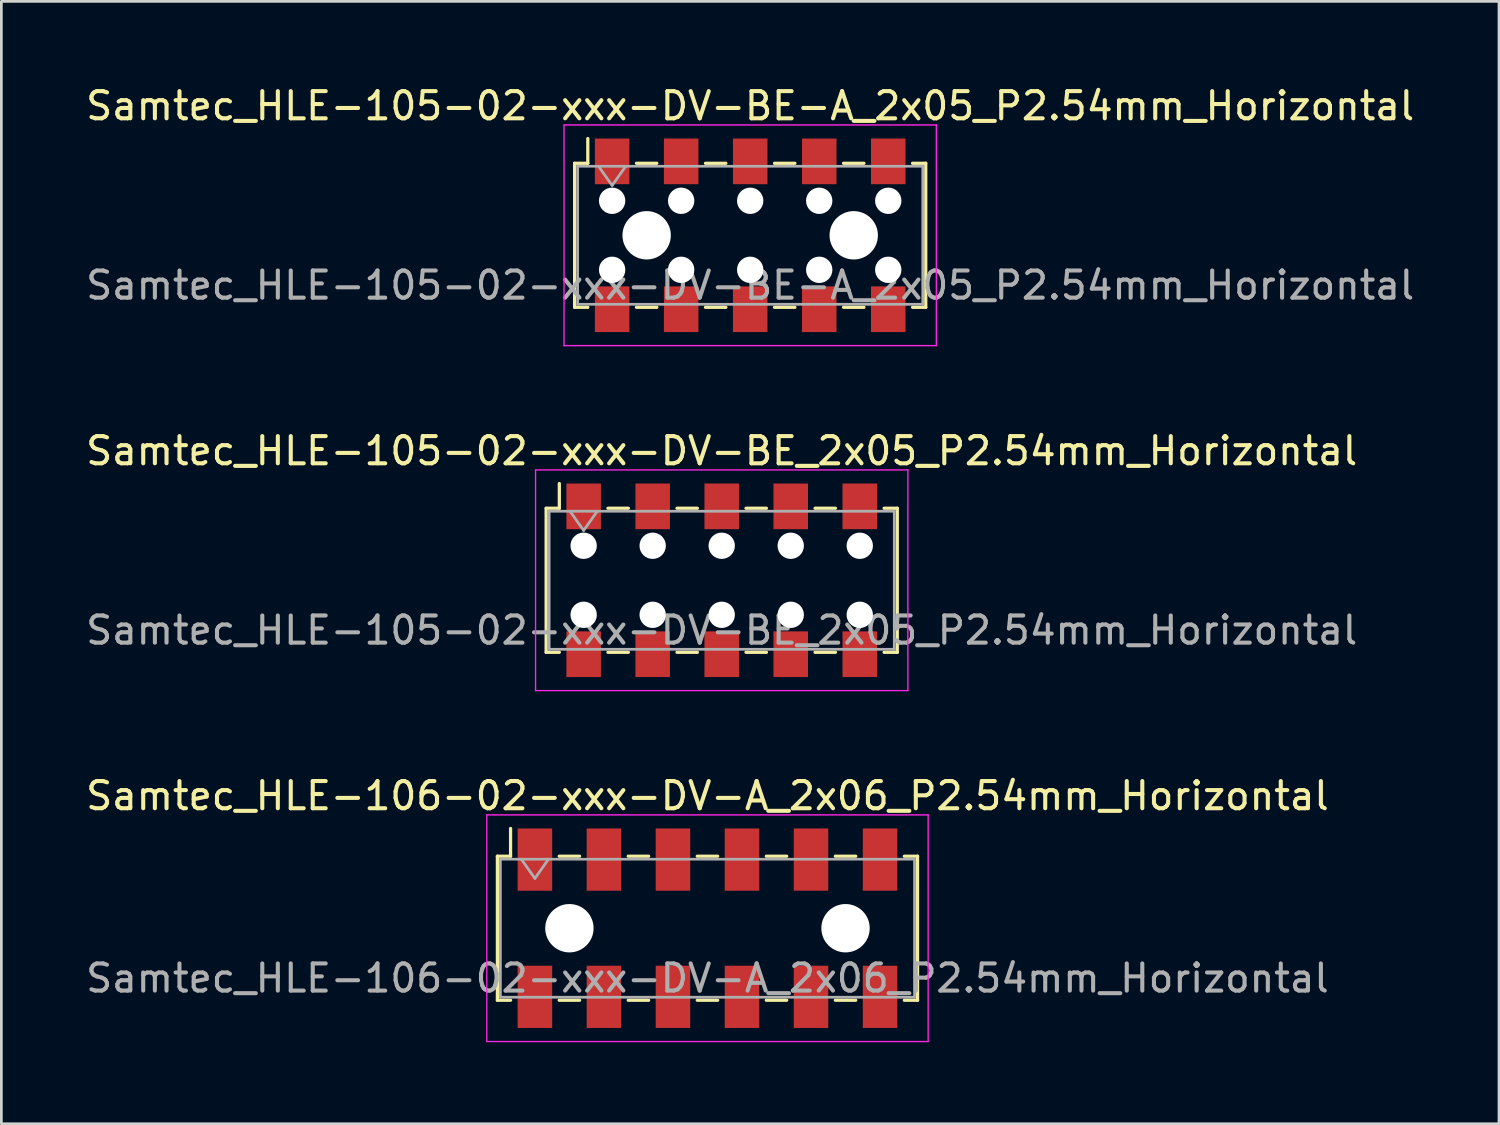
<source format=kicad_pcb>
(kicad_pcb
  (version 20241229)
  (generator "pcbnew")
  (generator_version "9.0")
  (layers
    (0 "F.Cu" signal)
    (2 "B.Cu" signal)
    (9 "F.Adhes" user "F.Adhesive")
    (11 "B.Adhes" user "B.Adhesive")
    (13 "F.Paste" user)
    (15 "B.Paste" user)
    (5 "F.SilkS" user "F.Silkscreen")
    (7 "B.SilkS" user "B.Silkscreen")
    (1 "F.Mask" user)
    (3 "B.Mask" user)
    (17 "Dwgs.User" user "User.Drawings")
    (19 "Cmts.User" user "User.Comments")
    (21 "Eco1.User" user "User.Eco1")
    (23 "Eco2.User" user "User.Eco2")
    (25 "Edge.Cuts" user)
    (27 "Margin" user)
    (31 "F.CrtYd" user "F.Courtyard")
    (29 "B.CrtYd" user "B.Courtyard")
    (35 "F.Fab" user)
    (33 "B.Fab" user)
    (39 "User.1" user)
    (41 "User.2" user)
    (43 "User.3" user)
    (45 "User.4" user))
  (footprint "Samtec_HLE-106-02-xxx-DV-A_2x06_P2.54mm_Horizontal"
    (layer "F.Cu")
    (at 22.982 31.105)
    (property "Reference" "Samtec_HLE-106-02-xxx-DV-A_2x06_P2.54mm_Horizontal" (at 0 -4.87 0) (layer "F.SilkS") (effects (font (size 1 1) (thickness 0.15))))
    (attr smd)
    (fp_line (start -7.73 -2.65) (end -7.73 2.65) (stroke (width 0.12) (type solid)) (layer "F.SilkS"))
    (fp_line (start -7.73 2.65) (end -7.245 2.65) (stroke (width 0.12) (type solid)) (layer "F.SilkS"))
    (fp_line (start -7.245 -3.67) (end -7.245 -2.65) (stroke (width 0.12) (type solid)) (layer "F.SilkS"))
    (fp_line (start -7.245 -2.65) (end -7.73 -2.65) (stroke (width 0.12) (type solid)) (layer "F.SilkS"))
    (fp_line (start -5.455 -2.65) (end -4.705 -2.65) (stroke (width 0.12) (type solid)) (layer "F.SilkS"))
    (fp_line (start -5.455 2.65) (end -4.705 2.65) (stroke (width 0.12) (type solid)) (layer "F.SilkS"))
    (fp_line (start -2.915 -2.65) (end -2.165 -2.65) (stroke (width 0.12) (type solid)) (layer "F.SilkS"))
    (fp_line (start -2.915 2.65) (end -2.165 2.65) (stroke (width 0.12) (type solid)) (layer "F.SilkS"))
    (fp_line (start -0.375 -2.65) (end 0.375 -2.65) (stroke (width 0.12) (type solid)) (layer "F.SilkS"))
    (fp_line (start -0.375 2.65) (end 0.375 2.65) (stroke (width 0.12) (type solid)) (layer "F.SilkS"))
    (fp_line (start 2.165 -2.65) (end 2.915 -2.65) (stroke (width 0.12) (type solid)) (layer "F.SilkS"))
    (fp_line (start 2.165 2.65) (end 2.915 2.65) (stroke (width 0.12) (type solid)) (layer "F.SilkS"))
    (fp_line (start 4.705 -2.65) (end 5.455 -2.65) (stroke (width 0.12) (type solid)) (layer "F.SilkS"))
    (fp_line (start 4.705 2.65) (end 5.455 2.65) (stroke (width 0.12) (type solid)) (layer "F.SilkS"))
    (fp_line (start 7.245 -2.65) (end 7.73 -2.65) (stroke (width 0.12) (type solid)) (layer "F.SilkS"))
    (fp_line (start 7.73 -2.65) (end 7.73 2.65) (stroke (width 0.12) (type solid)) (layer "F.SilkS"))
    (fp_line (start 7.73 2.65) (end 7.245 2.65) (stroke (width 0.12) (type solid)) (layer "F.SilkS"))
    (fp_line (start -8.12 -4.17) (end 8.12 -4.17) (stroke (width 0.05) (type solid)) (layer "F.CrtYd"))
    (fp_line (start -8.12 4.17) (end -8.12 -4.17) (stroke (width 0.05) (type solid)) (layer "F.CrtYd"))
    (fp_line (start 8.12 -4.17) (end 8.12 4.17) (stroke (width 0.05) (type solid)) (layer "F.CrtYd"))
    (fp_line (start 8.12 4.17) (end -8.12 4.17) (stroke (width 0.05) (type solid)) (layer "F.CrtYd"))
    (fp_line (start -7.62 -2.54) (end 7.62 -2.54) (stroke (width 0.1) (type solid)) (layer "F.Fab"))
    (fp_line (start -7.62 2.54) (end -7.62 -2.54) (stroke (width 0.1) (type solid)) (layer "F.Fab"))
    (fp_line (start -6.85 -2.54) (end -6.35 -1.833) (stroke (width 0.1) (type solid)) (layer "F.Fab"))
    (fp_line (start -6.35 -1.833) (end -5.85 -2.54) (stroke (width 0.1) (type solid)) (layer "F.Fab"))
    (fp_line (start 7.62 -2.54) (end 7.62 2.54) (stroke (width 0.1) (type solid)) (layer "F.Fab"))
    (fp_line (start 7.62 2.54) (end -7.62 2.54) (stroke (width 0.1) (type solid)) (layer "F.Fab"))
    (fp_text user "${REFERENCE}" (at 0 1.84 0) (layer "F.Fab") (effects (font (size 1 1) (thickness 0.15))))
    (pad "" np_thru_hole circle (at -5.08 0) (size 1.78 1.78) (drill 1.78) (layers "*.Cu" "*.Mask"))
    (pad "" np_thru_hole circle (at 5.08 0) (size 1.78 1.78) (drill 1.78) (layers "*.Cu" "*.Mask"))
    (pad "1" smd rect (at -6.35 -2.525) (size 1.27 2.29) (layers "F.Cu" "F.Mask" "F.Paste"))
    (pad "2" smd rect (at -6.35 2.525) (size 1.27 2.29) (layers "F.Cu" "F.Mask" "F.Paste"))
    (pad "3" smd rect (at -3.81 -2.525) (size 1.27 2.29) (layers "F.Cu" "F.Mask" "F.Paste"))
    (pad "4" smd rect (at -3.81 2.525) (size 1.27 2.29) (layers "F.Cu" "F.Mask" "F.Paste"))
    (pad "5" smd rect (at -1.27 -2.525) (size 1.27 2.29) (layers "F.Cu" "F.Mask" "F.Paste"))
    (pad "6" smd rect (at -1.27 2.525) (size 1.27 2.29) (layers "F.Cu" "F.Mask" "F.Paste"))
    (pad "7" smd rect (at 1.27 -2.525) (size 1.27 2.29) (layers "F.Cu" "F.Mask" "F.Paste"))
    (pad "8" smd rect (at 1.27 2.525) (size 1.27 2.29) (layers "F.Cu" "F.Mask" "F.Paste"))
    (pad "9" smd rect (at 3.81 -2.525) (size 1.27 2.29) (layers "F.Cu" "F.Mask" "F.Paste"))
    (pad "10" smd rect (at 3.81 2.525) (size 1.27 2.29) (layers "F.Cu" "F.Mask" "F.Paste"))
    (pad "11" smd rect (at 6.35 -2.525) (size 1.27 2.29) (layers "F.Cu" "F.Mask" "F.Paste"))
    (pad "12" smd rect (at 6.35 2.525) (size 1.27 2.29) (layers "F.Cu" "F.Mask" "F.Paste")))
  (footprint "Samtec_HLE-105-02-xxx-DV-BE-A_2x05_P2.54mm_Horizontal"
    (layer "F.Cu")
    (at 24.554 5.608)
    (property "Reference" "Samtec_HLE-105-02-xxx-DV-BE-A_2x05_P2.54mm_Horizontal" (at 0 -4.76 0) (layer "F.SilkS") (effects (font (size 1 1) (thickness 0.15))))
    (attr smd)
    (fp_line (start -6.46 -2.65) (end -6.46 2.65) (stroke (width 0.12) (type solid)) (layer "F.SilkS"))
    (fp_line (start -6.46 2.65) (end -5.975 2.65) (stroke (width 0.12) (type solid)) (layer "F.SilkS"))
    (fp_line (start -5.975 -3.56) (end -5.975 -2.65) (stroke (width 0.12) (type solid)) (layer "F.SilkS"))
    (fp_line (start -5.975 -2.65) (end -6.46 -2.65) (stroke (width 0.12) (type solid)) (layer "F.SilkS"))
    (fp_line (start -4.185 -2.65) (end -3.435 -2.65) (stroke (width 0.12) (type solid)) (layer "F.SilkS"))
    (fp_line (start -4.185 2.65) (end -3.435 2.65) (stroke (width 0.12) (type solid)) (layer "F.SilkS"))
    (fp_line (start -1.645 -2.65) (end -0.895 -2.65) (stroke (width 0.12) (type solid)) (layer "F.SilkS"))
    (fp_line (start -1.645 2.65) (end -0.895 2.65) (stroke (width 0.12) (type solid)) (layer "F.SilkS"))
    (fp_line (start 0.895 -2.65) (end 1.645 -2.65) (stroke (width 0.12) (type solid)) (layer "F.SilkS"))
    (fp_line (start 0.895 2.65) (end 1.645 2.65) (stroke (width 0.12) (type solid)) (layer "F.SilkS"))
    (fp_line (start 3.435 -2.65) (end 4.185 -2.65) (stroke (width 0.12) (type solid)) (layer "F.SilkS"))
    (fp_line (start 3.435 2.65) (end 4.185 2.65) (stroke (width 0.12) (type solid)) (layer "F.SilkS"))
    (fp_line (start 5.975 -2.65) (end 6.46 -2.65) (stroke (width 0.12) (type solid)) (layer "F.SilkS"))
    (fp_line (start 6.46 -2.65) (end 6.46 2.65) (stroke (width 0.12) (type solid)) (layer "F.SilkS"))
    (fp_line (start 6.46 2.65) (end 5.975 2.65) (stroke (width 0.12) (type solid)) (layer "F.SilkS"))
    (fp_line (start -6.85 -4.06) (end 6.85 -4.06) (stroke (width 0.05) (type solid)) (layer "F.CrtYd"))
    (fp_line (start -6.85 4.06) (end -6.85 -4.06) (stroke (width 0.05) (type solid)) (layer "F.CrtYd"))
    (fp_line (start 6.85 -4.06) (end 6.85 4.06) (stroke (width 0.05) (type solid)) (layer "F.CrtYd"))
    (fp_line (start 6.85 4.06) (end -6.85 4.06) (stroke (width 0.05) (type solid)) (layer "F.CrtYd"))
    (fp_line (start -6.35 -2.54) (end 6.35 -2.54) (stroke (width 0.1) (type solid)) (layer "F.Fab"))
    (fp_line (start -6.35 2.54) (end -6.35 -2.54) (stroke (width 0.1) (type solid)) (layer "F.Fab"))
    (fp_line (start -5.58 -2.54) (end -5.08 -1.833) (stroke (width 0.1) (type solid)) (layer "F.Fab"))
    (fp_line (start -5.08 -1.833) (end -4.58 -2.54) (stroke (width 0.1) (type solid)) (layer "F.Fab"))
    (fp_line (start 6.35 -2.54) (end 6.35 2.54) (stroke (width 0.1) (type solid)) (layer "F.Fab"))
    (fp_line (start 6.35 2.54) (end -6.35 2.54) (stroke (width 0.1) (type solid)) (layer "F.Fab"))
    (fp_text user "${REFERENCE}" (at 0 1.84 0) (layer "F.Fab") (effects (font (size 1 1) (thickness 0.15))))
    (pad "" np_thru_hole circle (at -5.08 -1.27) (size 0.97 0.97) (drill 0.97) (layers "*.Cu" "*.Mask"))
    (pad "" np_thru_hole circle (at -5.08 1.27) (size 0.97 0.97) (drill 0.97) (layers "*.Cu" "*.Mask"))
    (pad "" np_thru_hole circle (at -3.81 0) (size 1.78 1.78) (drill 1.78) (layers "*.Cu" "*.Mask"))
    (pad "" np_thru_hole circle (at -2.54 -1.27) (size 0.97 0.97) (drill 0.97) (layers "*.Cu" "*.Mask"))
    (pad "" np_thru_hole circle (at -2.54 1.27) (size 0.97 0.97) (drill 0.97) (layers "*.Cu" "*.Mask"))
    (pad "" np_thru_hole circle (at 0 -1.27) (size 0.97 0.97) (drill 0.97) (layers "*.Cu" "*.Mask"))
    (pad "" np_thru_hole circle (at 0 1.27) (size 0.97 0.97) (drill 0.97) (layers "*.Cu" "*.Mask"))
    (pad "" np_thru_hole circle (at 2.54 -1.27) (size 0.97 0.97) (drill 0.97) (layers "*.Cu" "*.Mask"))
    (pad "" np_thru_hole circle (at 2.54 1.27) (size 0.97 0.97) (drill 0.97) (layers "*.Cu" "*.Mask"))
    (pad "" np_thru_hole circle (at 3.81 0) (size 1.78 1.78) (drill 1.78) (layers "*.Cu" "*.Mask"))
    (pad "" np_thru_hole circle (at 5.08 -1.27) (size 0.97 0.97) (drill 0.97) (layers "*.Cu" "*.Mask"))
    (pad "" np_thru_hole circle (at 5.08 1.27) (size 0.97 0.97) (drill 0.97) (layers "*.Cu" "*.Mask"))
    (pad "1" smd rect (at -5.08 -2.72) (size 1.27 1.68) (layers "F.Cu" "F.Mask" "F.Paste"))
    (pad "2" smd rect (at -5.08 2.72) (size 1.27 1.68) (layers "F.Cu" "F.Mask" "F.Paste"))
    (pad "3" smd rect (at -2.54 -2.72) (size 1.27 1.68) (layers "F.Cu" "F.Mask" "F.Paste"))
    (pad "4" smd rect (at -2.54 2.72) (size 1.27 1.68) (layers "F.Cu" "F.Mask" "F.Paste"))
    (pad "5" smd rect (at 0 -2.72) (size 1.27 1.68) (layers "F.Cu" "F.Mask" "F.Paste"))
    (pad "6" smd rect (at 0 2.72) (size 1.27 1.68) (layers "F.Cu" "F.Mask" "F.Paste"))
    (pad "7" smd rect (at 2.54 -2.72) (size 1.27 1.68) (layers "F.Cu" "F.Mask" "F.Paste"))
    (pad "8" smd rect (at 2.54 2.72) (size 1.27 1.68) (layers "F.Cu" "F.Mask" "F.Paste"))
    (pad "9" smd rect (at 5.08 -2.72) (size 1.27 1.68) (layers "F.Cu" "F.Mask" "F.Paste"))
    (pad "10" smd rect (at 5.08 2.72) (size 1.27 1.68) (layers "F.Cu" "F.Mask" "F.Paste")))
  (footprint "Samtec_HLE-105-02-xxx-DV-BE_2x05_P2.54mm_Horizontal"
    (layer "F.Cu")
    (at 23.506 18.302)
    (property "Reference" "Samtec_HLE-105-02-xxx-DV-BE_2x05_P2.54mm_Horizontal" (at 0 -4.76 0) (layer "F.SilkS") (effects (font (size 1 1) (thickness 0.15))))
    (attr smd)
    (fp_line (start -6.46 -2.65) (end -6.46 2.65) (stroke (width 0.12) (type solid)) (layer "F.SilkS"))
    (fp_line (start -6.46 2.65) (end -5.975 2.65) (stroke (width 0.12) (type solid)) (layer "F.SilkS"))
    (fp_line (start -5.975 -3.56) (end -5.975 -2.65) (stroke (width 0.12) (type solid)) (layer "F.SilkS"))
    (fp_line (start -5.975 -2.65) (end -6.46 -2.65) (stroke (width 0.12) (type solid)) (layer "F.SilkS"))
    (fp_line (start -4.185 -2.65) (end -3.435 -2.65) (stroke (width 0.12) (type solid)) (layer "F.SilkS"))
    (fp_line (start -4.185 2.65) (end -3.435 2.65) (stroke (width 0.12) (type solid)) (layer "F.SilkS"))
    (fp_line (start -1.645 -2.65) (end -0.895 -2.65) (stroke (width 0.12) (type solid)) (layer "F.SilkS"))
    (fp_line (start -1.645 2.65) (end -0.895 2.65) (stroke (width 0.12) (type solid)) (layer "F.SilkS"))
    (fp_line (start 0.895 -2.65) (end 1.645 -2.65) (stroke (width 0.12) (type solid)) (layer "F.SilkS"))
    (fp_line (start 0.895 2.65) (end 1.645 2.65) (stroke (width 0.12) (type solid)) (layer "F.SilkS"))
    (fp_line (start 3.435 -2.65) (end 4.185 -2.65) (stroke (width 0.12) (type solid)) (layer "F.SilkS"))
    (fp_line (start 3.435 2.65) (end 4.185 2.65) (stroke (width 0.12) (type solid)) (layer "F.SilkS"))
    (fp_line (start 5.975 -2.65) (end 6.46 -2.65) (stroke (width 0.12) (type solid)) (layer "F.SilkS"))
    (fp_line (start 6.46 -2.65) (end 6.46 2.65) (stroke (width 0.12) (type solid)) (layer "F.SilkS"))
    (fp_line (start 6.46 2.65) (end 5.975 2.65) (stroke (width 0.12) (type solid)) (layer "F.SilkS"))
    (fp_line (start -6.85 -4.06) (end 6.85 -4.06) (stroke (width 0.05) (type solid)) (layer "F.CrtYd"))
    (fp_line (start -6.85 4.06) (end -6.85 -4.06) (stroke (width 0.05) (type solid)) (layer "F.CrtYd"))
    (fp_line (start 6.85 -4.06) (end 6.85 4.06) (stroke (width 0.05) (type solid)) (layer "F.CrtYd"))
    (fp_line (start 6.85 4.06) (end -6.85 4.06) (stroke (width 0.05) (type solid)) (layer "F.CrtYd"))
    (fp_line (start -6.35 -2.54) (end 6.35 -2.54) (stroke (width 0.1) (type solid)) (layer "F.Fab"))
    (fp_line (start -6.35 2.54) (end -6.35 -2.54) (stroke (width 0.1) (type solid)) (layer "F.Fab"))
    (fp_line (start -5.58 -2.54) (end -5.08 -1.833) (stroke (width 0.1) (type solid)) (layer "F.Fab"))
    (fp_line (start -5.08 -1.833) (end -4.58 -2.54) (stroke (width 0.1) (type solid)) (layer "F.Fab"))
    (fp_line (start 6.35 -2.54) (end 6.35 2.54) (stroke (width 0.1) (type solid)) (layer "F.Fab"))
    (fp_line (start 6.35 2.54) (end -6.35 2.54) (stroke (width 0.1) (type solid)) (layer "F.Fab"))
    (fp_text user "${REFERENCE}" (at 0 1.84 0) (layer "F.Fab") (effects (font (size 1 1) (thickness 0.15))))
    (pad "" np_thru_hole circle (at -5.08 -1.27) (size 0.97 0.97) (drill 0.97) (layers "*.Cu" "*.Mask"))
    (pad "" np_thru_hole circle (at -5.08 1.27) (size 0.97 0.97) (drill 0.97) (layers "*.Cu" "*.Mask"))
    (pad "" np_thru_hole circle (at -2.54 -1.27) (size 0.97 0.97) (drill 0.97) (layers "*.Cu" "*.Mask"))
    (pad "" np_thru_hole circle (at -2.54 1.27) (size 0.97 0.97) (drill 0.97) (layers "*.Cu" "*.Mask"))
    (pad "" np_thru_hole circle (at 0 -1.27) (size 0.97 0.97) (drill 0.97) (layers "*.Cu" "*.Mask"))
    (pad "" np_thru_hole circle (at 0 1.27) (size 0.97 0.97) (drill 0.97) (layers "*.Cu" "*.Mask"))
    (pad "" np_thru_hole circle (at 2.54 -1.27) (size 0.97 0.97) (drill 0.97) (layers "*.Cu" "*.Mask"))
    (pad "" np_thru_hole circle (at 2.54 1.27) (size 0.97 0.97) (drill 0.97) (layers "*.Cu" "*.Mask"))
    (pad "" np_thru_hole circle (at 5.08 -1.27) (size 0.97 0.97) (drill 0.97) (layers "*.Cu" "*.Mask"))
    (pad "" np_thru_hole circle (at 5.08 1.27) (size 0.97 0.97) (drill 0.97) (layers "*.Cu" "*.Mask"))
    (pad "1" smd rect (at -5.08 -2.72) (size 1.27 1.68) (layers "F.Cu" "F.Mask" "F.Paste"))
    (pad "2" smd rect (at -5.08 2.72) (size 1.27 1.68) (layers "F.Cu" "F.Mask" "F.Paste"))
    (pad "3" smd rect (at -2.54 -2.72) (size 1.27 1.68) (layers "F.Cu" "F.Mask" "F.Paste"))
    (pad "4" smd rect (at -2.54 2.72) (size 1.27 1.68) (layers "F.Cu" "F.Mask" "F.Paste"))
    (pad "5" smd rect (at 0 -2.72) (size 1.27 1.68) (layers "F.Cu" "F.Mask" "F.Paste"))
    (pad "6" smd rect (at 0 2.72) (size 1.27 1.68) (layers "F.Cu" "F.Mask" "F.Paste"))
    (pad "7" smd rect (at 2.54 -2.72) (size 1.27 1.68) (layers "F.Cu" "F.Mask" "F.Paste"))
    (pad "8" smd rect (at 2.54 2.72) (size 1.27 1.68) (layers "F.Cu" "F.Mask" "F.Paste"))
    (pad "9" smd rect (at 5.08 -2.72) (size 1.27 1.68) (layers "F.Cu" "F.Mask" "F.Paste"))
    (pad "10" smd rect (at 5.08 2.72) (size 1.27 1.68) (layers "F.Cu" "F.Mask" "F.Paste")))
  (gr_rect
    (start -3 -3)
    (end 52.107 38.3)
    (stroke (width 0.1) (type default))
    (fill no)
    (layer "Edge.Cuts")))
</source>
